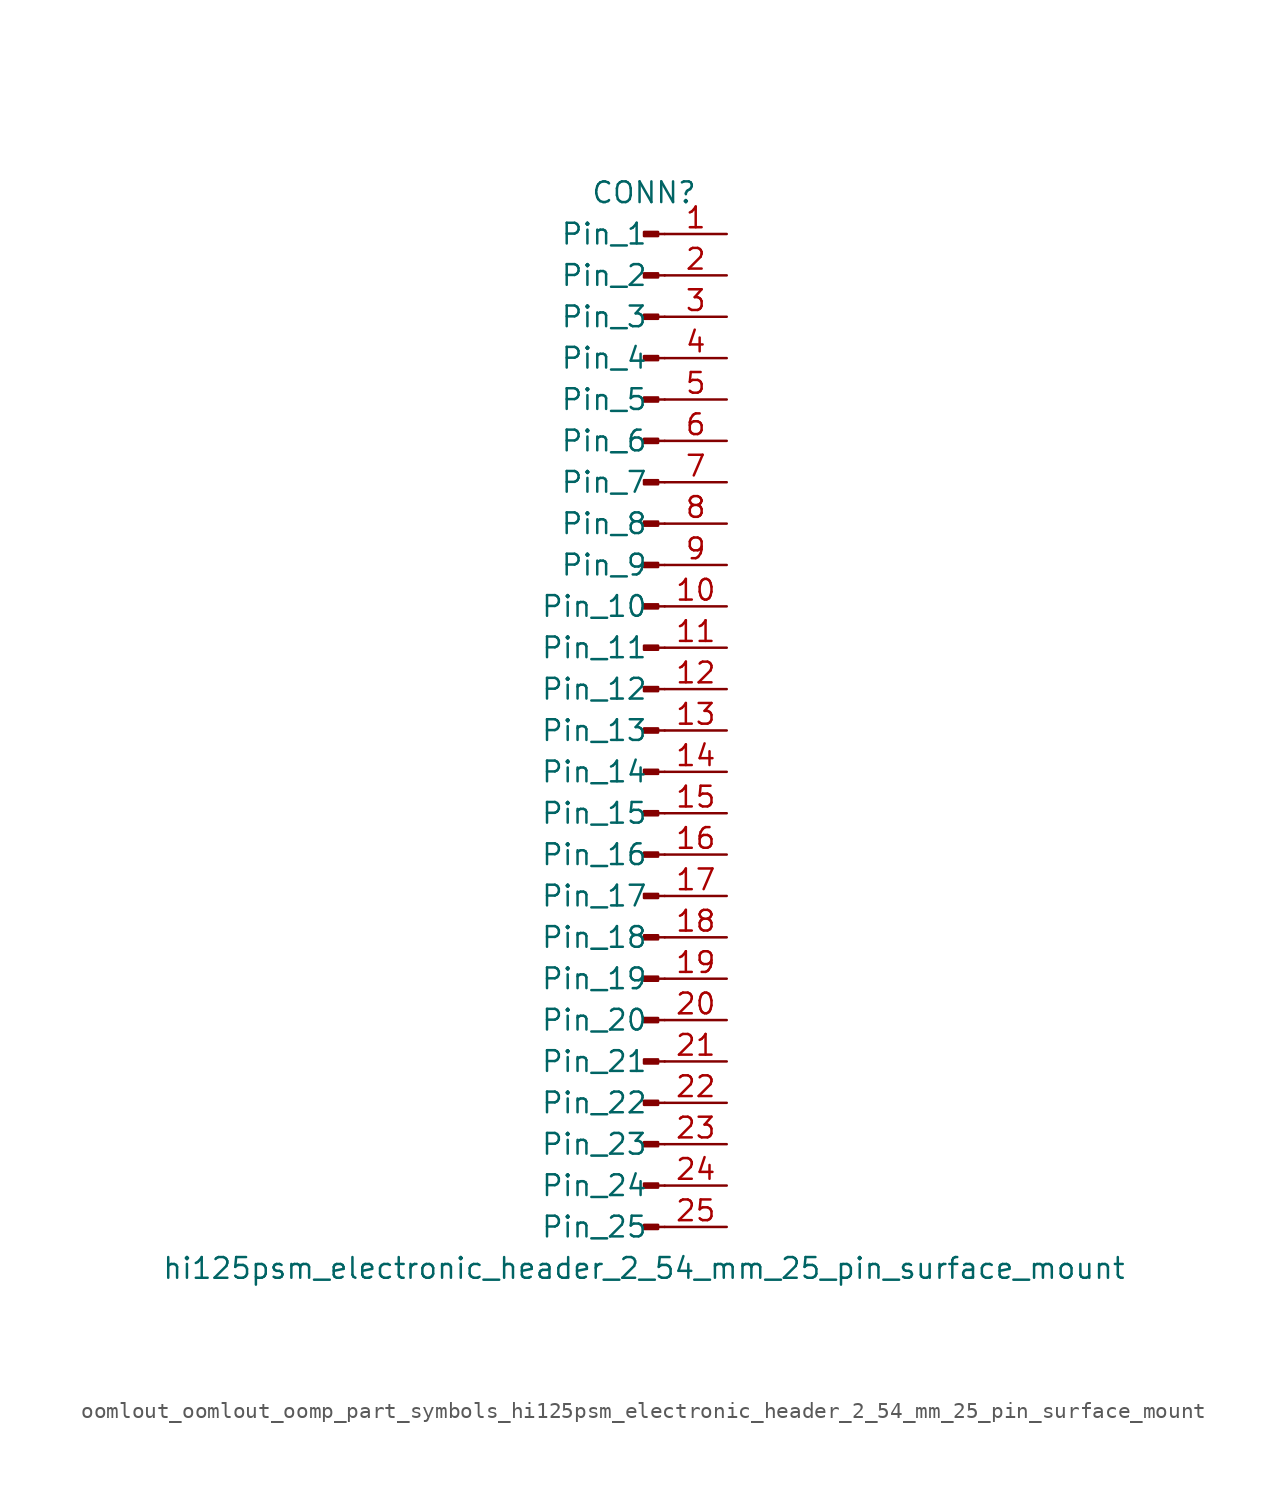
<source format=kicad_sym>
(kicad_symbol_lib
  (version 20220914)
  (generator kicad_symbol_editor)
  (symbol "oomlout_oomlout_oomp_part_symbols_hi125psm_electronic_header_2_54_mm_25_pin_surface_mount"
    (pin_names
      (offset 1.016))
    (property "Reference" "CONN"
      (at 0 33.02 0)
      (effects (font (size 1.27 1.27))))
    (property "Value" "hi125psm_electronic_header_2_54_mm_25_pin_surface_mount"
      (at 0 -33.02 0)
      (effects (font (size 1.27 1.27))))
    (property "ki_locked" ""
      (at 0 0 0)
      (effects (font (size 1.27 1.27))))
    (symbol "oomlout_oomlout_oomp_part_symbols_hi125psm_electronic_header_2_54_mm_25_pin_surface_mount_1_1"
      (polyline (pts (xy 1.27 -30.48) (xy 0.864 -30.48)) (stroke (width 0.152) (type default)) (fill (type none)))
      (polyline (pts (xy 1.27 -27.94) (xy 0.864 -27.94)) (stroke (width 0.152) (type default)) (fill (type none)))
      (polyline (pts (xy 1.27 -25.4) (xy 0.864 -25.4)) (stroke (width 0.152) (type default)) (fill (type none)))
      (polyline (pts (xy 1.27 -22.86) (xy 0.864 -22.86)) (stroke (width 0.152) (type default)) (fill (type none)))
      (polyline (pts (xy 1.27 -20.32) (xy 0.864 -20.32)) (stroke (width 0.152) (type default)) (fill (type none)))
      (polyline (pts (xy 1.27 -17.78) (xy 0.864 -17.78)) (stroke (width 0.152) (type default)) (fill (type none)))
      (polyline (pts (xy 1.27 -15.24) (xy 0.864 -15.24)) (stroke (width 0.152) (type default)) (fill (type none)))
      (polyline (pts (xy 1.27 -12.7) (xy 0.864 -12.7)) (stroke (width 0.152) (type default)) (fill (type none)))
      (polyline (pts (xy 1.27 -10.16) (xy 0.864 -10.16)) (stroke (width 0.152) (type default)) (fill (type none)))
      (polyline (pts (xy 1.27 -7.62) (xy 0.864 -7.62)) (stroke (width 0.152) (type default)) (fill (type none)))
      (polyline (pts (xy 1.27 -5.08) (xy 0.864 -5.08)) (stroke (width 0.152) (type default)) (fill (type none)))
      (polyline (pts (xy 1.27 -2.54) (xy 0.864 -2.54)) (stroke (width 0.152) (type default)) (fill (type none)))
      (polyline (pts (xy 1.27 0) (xy 0.864 0)) (stroke (width 0.152) (type default)) (fill (type none)))
      (polyline (pts (xy 1.27 2.54) (xy 0.864 2.54)) (stroke (width 0.152) (type default)) (fill (type none)))
      (polyline (pts (xy 1.27 5.08) (xy 0.864 5.08)) (stroke (width 0.152) (type default)) (fill (type none)))
      (polyline (pts (xy 1.27 7.62) (xy 0.864 7.62)) (stroke (width 0.152) (type default)) (fill (type none)))
      (polyline (pts (xy 1.27 10.16) (xy 0.864 10.16)) (stroke (width 0.152) (type default)) (fill (type none)))
      (polyline (pts (xy 1.27 12.7) (xy 0.864 12.7)) (stroke (width 0.152) (type default)) (fill (type none)))
      (polyline (pts (xy 1.27 15.24) (xy 0.864 15.24)) (stroke (width 0.152) (type default)) (fill (type none)))
      (polyline (pts (xy 1.27 17.78) (xy 0.864 17.78)) (stroke (width 0.152) (type default)) (fill (type none)))
      (polyline (pts (xy 1.27 20.32) (xy 0.864 20.32)) (stroke (width 0.152) (type default)) (fill (type none)))
      (polyline (pts (xy 1.27 22.86) (xy 0.864 22.86)) (stroke (width 0.152) (type default)) (fill (type none)))
      (polyline (pts (xy 1.27 25.4) (xy 0.864 25.4)) (stroke (width 0.152) (type default)) (fill (type none)))
      (polyline (pts (xy 1.27 27.94) (xy 0.864 27.94)) (stroke (width 0.152) (type default)) (fill (type none)))
      (polyline (pts (xy 1.27 30.48) (xy 0.864 30.48)) (stroke (width 0.152) (type default)) (fill (type none)))
      (rectangle (start 0.864 -30.353) (end 0 -30.607) (stroke (width 0.152) (type default)) (fill (type outline)))
      (rectangle (start 0.864 -27.813) (end 0 -28.067) (stroke (width 0.152) (type default)) (fill (type outline)))
      (rectangle (start 0.864 -25.273) (end 0 -25.527) (stroke (width 0.152) (type default)) (fill (type outline)))
      (rectangle (start 0.864 -22.733) (end 0 -22.987) (stroke (width 0.152) (type default)) (fill (type outline)))
      (rectangle (start 0.864 -20.193) (end 0 -20.447) (stroke (width 0.152) (type default)) (fill (type outline)))
      (rectangle (start 0.864 -17.653) (end 0 -17.907) (stroke (width 0.152) (type default)) (fill (type outline)))
      (rectangle (start 0.864 -15.113) (end 0 -15.367) (stroke (width 0.152) (type default)) (fill (type outline)))
      (rectangle (start 0.864 -12.573) (end 0 -12.827) (stroke (width 0.152) (type default)) (fill (type outline)))
      (rectangle (start 0.864 -10.033) (end 0 -10.287) (stroke (width 0.152) (type default)) (fill (type outline)))
      (rectangle (start 0.864 -7.493) (end 0 -7.747) (stroke (width 0.152) (type default)) (fill (type outline)))
      (rectangle (start 0.864 -4.953) (end 0 -5.207) (stroke (width 0.152) (type default)) (fill (type outline)))
      (rectangle (start 0.864 -2.413) (end 0 -2.667) (stroke (width 0.152) (type default)) (fill (type outline)))
      (rectangle (start 0.864 0.127) (end 0 -0.127) (stroke (width 0.152) (type default)) (fill (type outline)))
      (rectangle (start 0.864 2.667) (end 0 2.413) (stroke (width 0.152) (type default)) (fill (type outline)))
      (rectangle (start 0.864 5.207) (end 0 4.953) (stroke (width 0.152) (type default)) (fill (type outline)))
      (rectangle (start 0.864 7.747) (end 0 7.493) (stroke (width 0.152) (type default)) (fill (type outline)))
      (rectangle (start 0.864 10.287) (end 0 10.033) (stroke (width 0.152) (type default)) (fill (type outline)))
      (rectangle (start 0.864 12.827) (end 0 12.573) (stroke (width 0.152) (type default)) (fill (type outline)))
      (rectangle (start 0.864 15.367) (end 0 15.113) (stroke (width 0.152) (type default)) (fill (type outline)))
      (rectangle (start 0.864 17.907) (end 0 17.653) (stroke (width 0.152) (type default)) (fill (type outline)))
      (rectangle (start 0.864 20.447) (end 0 20.193) (stroke (width 0.152) (type default)) (fill (type outline)))
      (rectangle (start 0.864 22.987) (end 0 22.733) (stroke (width 0.152) (type default)) (fill (type outline)))
      (rectangle (start 0.864 25.527) (end 0 25.273) (stroke (width 0.152) (type default)) (fill (type outline)))
      (rectangle (start 0.864 28.067) (end 0 27.813) (stroke (width 0.152) (type default)) (fill (type outline)))
      (rectangle (start 0.864 30.607) (end 0 30.353) (stroke (width 0.152) (type default)) (fill (type outline)))
      (pin passive line (at 5.08 30.48 180) (length 3.81) (name "Pin_1" (effects (font (size 1.27 1.27)))) (number "1" (effects (font (size 1.27 1.27)))))
      (pin passive line (at 5.08 7.62 180) (length 3.81) (name "Pin_10" (effects (font (size 1.27 1.27)))) (number "10" (effects (font (size 1.27 1.27)))))
      (pin passive line (at 5.08 5.08 180) (length 3.81) (name "Pin_11" (effects (font (size 1.27 1.27)))) (number "11" (effects (font (size 1.27 1.27)))))
      (pin passive line (at 5.08 2.54 180) (length 3.81) (name "Pin_12" (effects (font (size 1.27 1.27)))) (number "12" (effects (font (size 1.27 1.27)))))
      (pin passive line (at 5.08 0 180) (length 3.81) (name "Pin_13" (effects (font (size 1.27 1.27)))) (number "13" (effects (font (size 1.27 1.27)))))
      (pin passive line (at 5.08 -2.54 180) (length 3.81) (name "Pin_14" (effects (font (size 1.27 1.27)))) (number "14" (effects (font (size 1.27 1.27)))))
      (pin passive line (at 5.08 -5.08 180) (length 3.81) (name "Pin_15" (effects (font (size 1.27 1.27)))) (number "15" (effects (font (size 1.27 1.27)))))
      (pin passive line (at 5.08 -7.62 180) (length 3.81) (name "Pin_16" (effects (font (size 1.27 1.27)))) (number "16" (effects (font (size 1.27 1.27)))))
      (pin passive line (at 5.08 -10.16 180) (length 3.81) (name "Pin_17" (effects (font (size 1.27 1.27)))) (number "17" (effects (font (size 1.27 1.27)))))
      (pin passive line (at 5.08 -12.7 180) (length 3.81) (name "Pin_18" (effects (font (size 1.27 1.27)))) (number "18" (effects (font (size 1.27 1.27)))))
      (pin passive line (at 5.08 -15.24 180) (length 3.81) (name "Pin_19" (effects (font (size 1.27 1.27)))) (number "19" (effects (font (size 1.27 1.27)))))
      (pin passive line (at 5.08 27.94 180) (length 3.81) (name "Pin_2" (effects (font (size 1.27 1.27)))) (number "2" (effects (font (size 1.27 1.27)))))
      (pin passive line (at 5.08 -17.78 180) (length 3.81) (name "Pin_20" (effects (font (size 1.27 1.27)))) (number "20" (effects (font (size 1.27 1.27)))))
      (pin passive line (at 5.08 -20.32 180) (length 3.81) (name "Pin_21" (effects (font (size 1.27 1.27)))) (number "21" (effects (font (size 1.27 1.27)))))
      (pin passive line (at 5.08 -22.86 180) (length 3.81) (name "Pin_22" (effects (font (size 1.27 1.27)))) (number "22" (effects (font (size 1.27 1.27)))))
      (pin passive line (at 5.08 -25.4 180) (length 3.81) (name "Pin_23" (effects (font (size 1.27 1.27)))) (number "23" (effects (font (size 1.27 1.27)))))
      (pin passive line (at 5.08 -27.94 180) (length 3.81) (name "Pin_24" (effects (font (size 1.27 1.27)))) (number "24" (effects (font (size 1.27 1.27)))))
      (pin passive line (at 5.08 -30.48 180) (length 3.81) (name "Pin_25" (effects (font (size 1.27 1.27)))) (number "25" (effects (font (size 1.27 1.27)))))
      (pin passive line (at 5.08 25.4 180) (length 3.81) (name "Pin_3" (effects (font (size 1.27 1.27)))) (number "3" (effects (font (size 1.27 1.27)))))
      (pin passive line (at 5.08 22.86 180) (length 3.81) (name "Pin_4" (effects (font (size 1.27 1.27)))) (number "4" (effects (font (size 1.27 1.27)))))
      (pin passive line (at 5.08 20.32 180) (length 3.81) (name "Pin_5" (effects (font (size 1.27 1.27)))) (number "5" (effects (font (size 1.27 1.27)))))
      (pin passive line (at 5.08 17.78 180) (length 3.81) (name "Pin_6" (effects (font (size 1.27 1.27)))) (number "6" (effects (font (size 1.27 1.27)))))
      (pin passive line (at 5.08 15.24 180) (length 3.81) (name "Pin_7" (effects (font (size 1.27 1.27)))) (number "7" (effects (font (size 1.27 1.27)))))
      (pin passive line (at 5.08 12.7 180) (length 3.81) (name "Pin_8" (effects (font (size 1.27 1.27)))) (number "8" (effects (font (size 1.27 1.27)))))
      (pin passive line (at 5.08 10.16 180) (length 3.81) (name "Pin_9" (effects (font (size 1.27 1.27)))) (number "9" (effects (font (size 1.27 1.27))))))))
</source>
